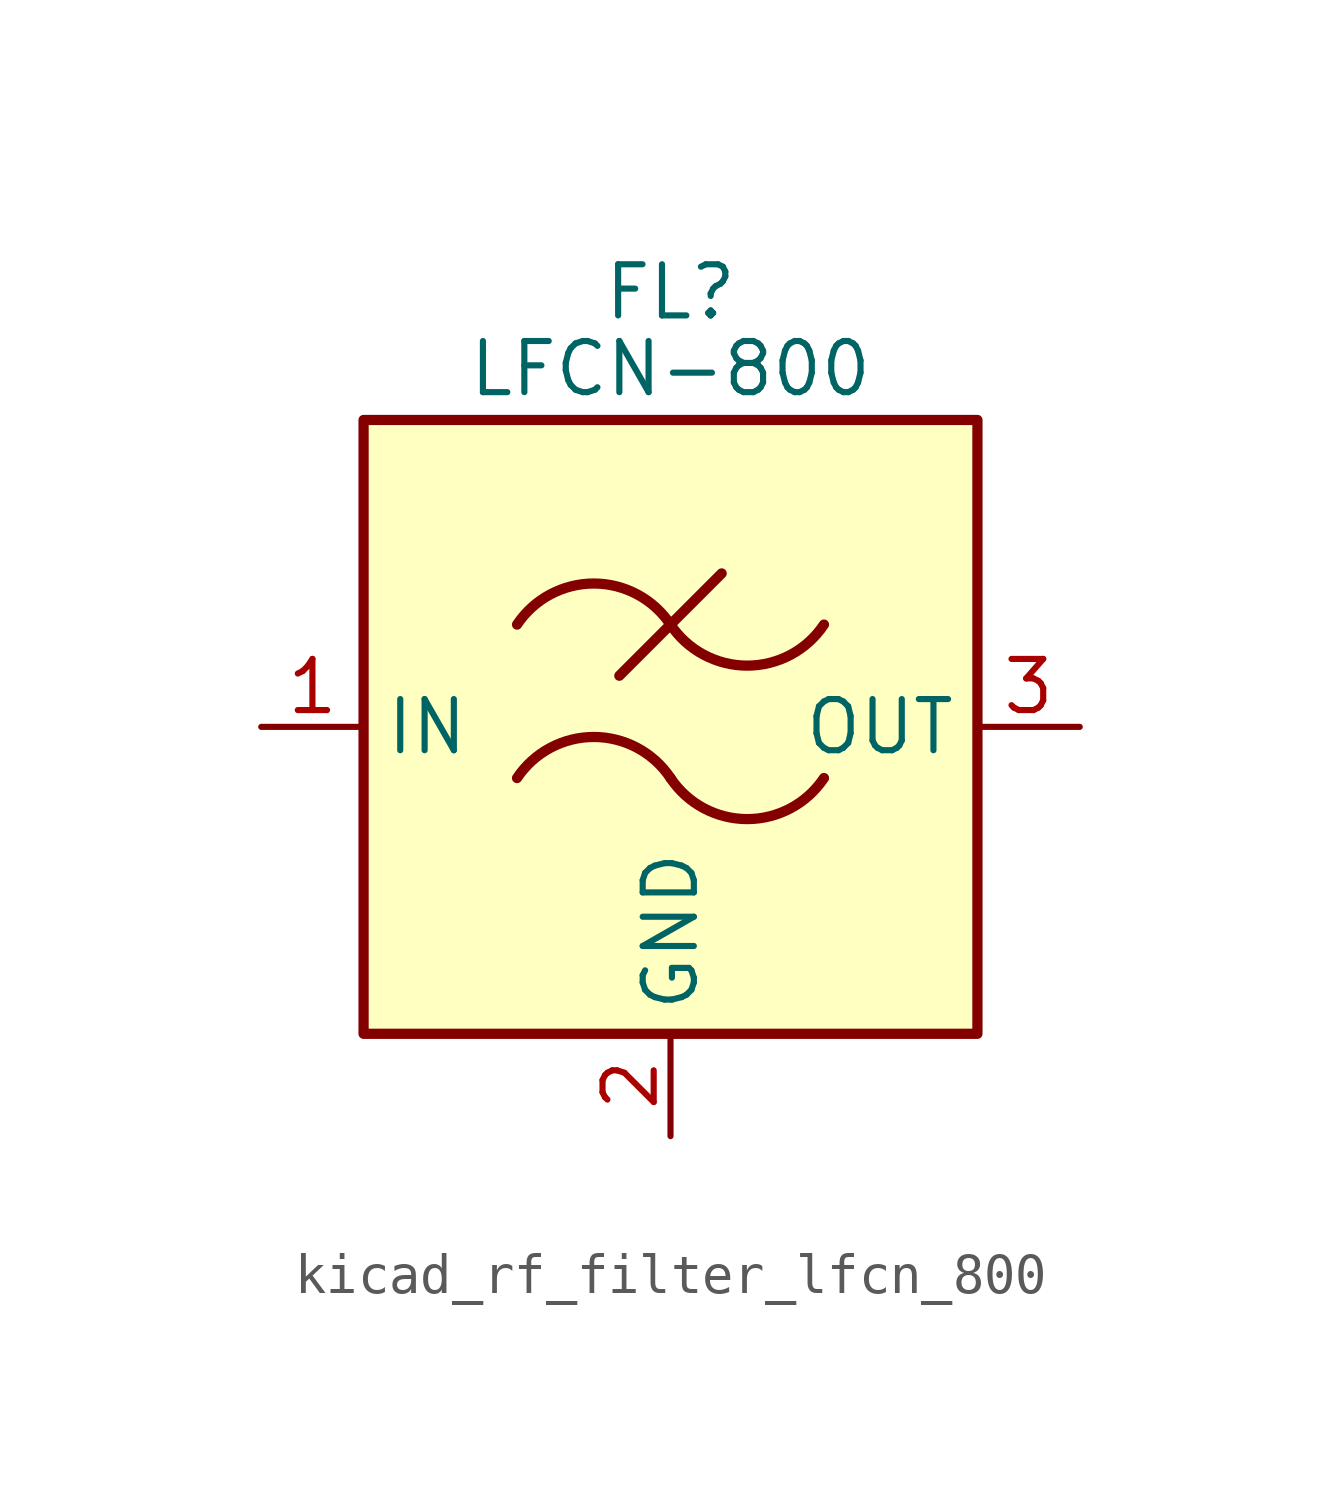
<source format=kicad_sym>
(kicad_symbol_lib
  (version 20220914)
  (generator kicad_symbol_editor)
  (symbol "kicad_rf_filter_lfcn_800"
    (property "Reference" "FL"
      (at 0 10.795 0)
      (effects (font (size 1.27 1.27))))
    (property "Value" "LFCN-800"
      (at 0 8.89 0)
      (effects (font (size 1.27 1.27))))
    (symbol "kicad_rf_filter_lfcn_800_0_1"
      (rectangle (start -7.62 7.62) (end 7.62 -7.62) (stroke (width 0.254) (type default)) (fill (type background)))
      (arc (start 0 -1.27) (mid -1.905 -0.2505) (end -3.81 -1.27) (stroke (width 0.254) (type default)) (fill (type none)))
      (arc (start 0 -1.27) (mid 1.905 -2.2895) (end 3.81 -1.27) (stroke (width 0.254) (type default)) (fill (type none)))
      (polyline (pts (xy -1.27 1.27) (xy 1.27 3.81)) (stroke (width 0.254) (type default)) (fill (type none)))
      (arc (start 0 2.54) (mid -1.905 3.5595) (end -3.81 2.54) (stroke (width 0.254) (type default)) (fill (type none)))
      (arc (start 0 2.54) (mid 1.905 1.5205) (end 3.81 2.54) (stroke (width 0.254) (type default)) (fill (type none))))
    (symbol "kicad_rf_filter_lfcn_800_1_1"
      (pin passive line (at -10.16 0 0) (length 2.54) (name "IN" (effects (font (size 1.27 1.27)))) (number "1" (effects (font (size 1.27 1.27)))))
      (pin passive line (at 0 -10.16 90) (length 2.54) (name "GND" (effects (font (size 1.27 1.27)))) (number "2" (effects (font (size 1.27 1.27)))))
      (pin passive line (at 10.16 0 180) (length 2.54) (name "OUT" (effects (font (size 1.27 1.27)))) (number "3" (effects (font (size 1.27 1.27)))))
      (pin passive line (at 0 -10.16 90) (length 2.54) hide (name "GND" (effects (font (size 1.27 1.27)))) (number "4" (effects (font (size 1.27 1.27))))))))
</source>
